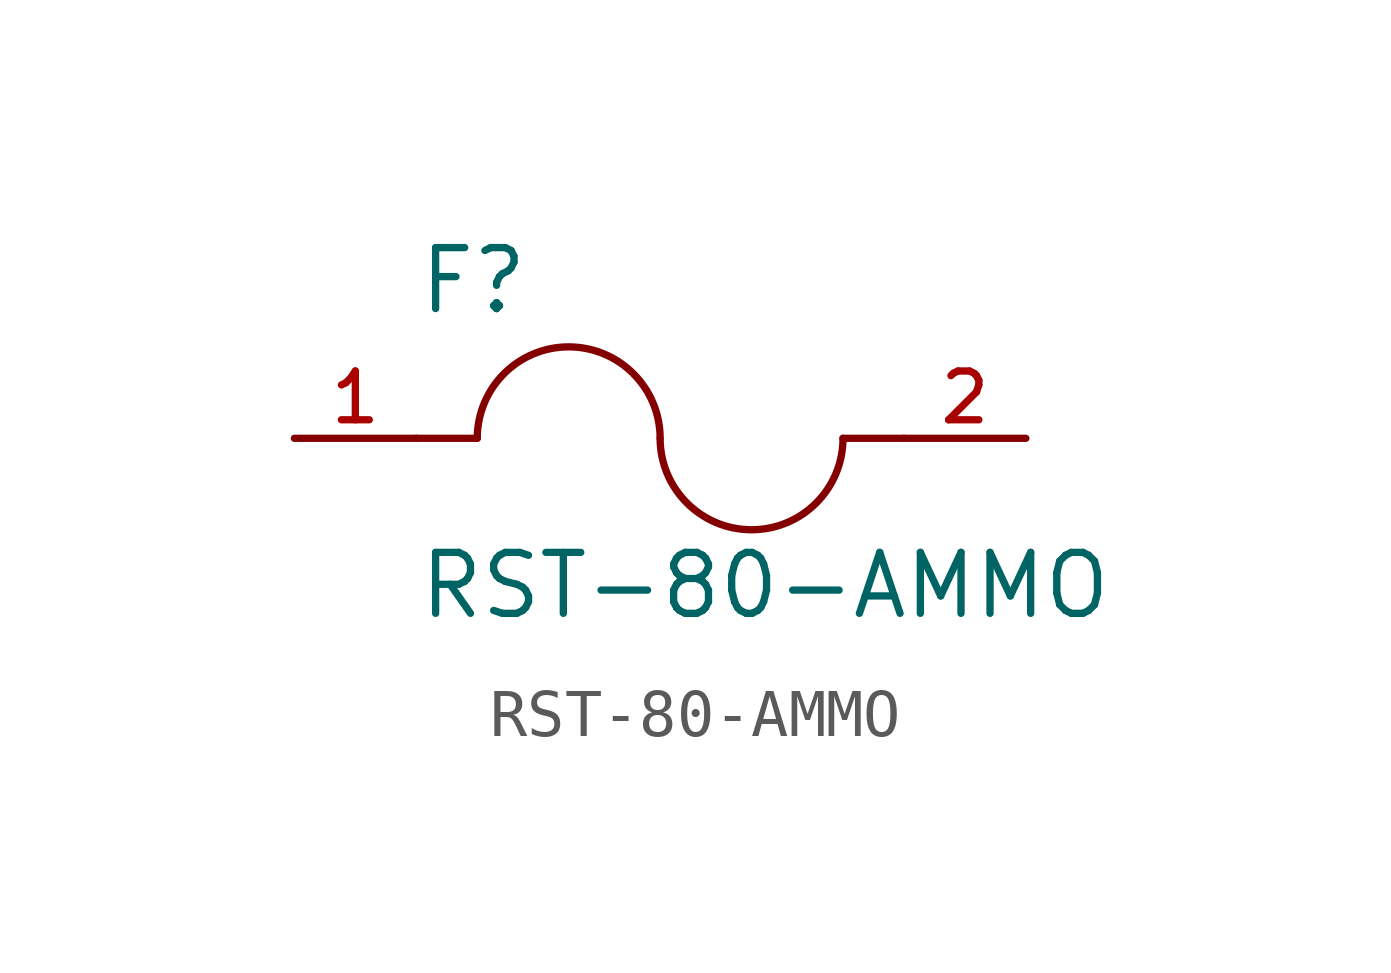
<source format=kicad_sym>
(kicad_symbol_lib
  (version 20241209)
  (generator "kicad_symbol_editor")
  (generator_version "9.0")
  (symbol "RST-80-AMMO"
    (pin_names
      (offset 1.016)
      (hide yes))
    (property "Reference" "F"
      (at -5.08 2.54 0)
      (effects (font (size 1.27 1.27)) (justify left bottom)))
    (property "Value" "RST-80-AMMO"
      (at -5.08 -3.81 0)
      (effects (font (size 1.27 1.27)) (justify left bottom)))
    (property "ki_locked" ""
      (at 0 0 0)
      (effects (font (size 1.27 1.27))))
    (symbol "RST-80-AMMO_0_0"
      (polyline (pts (xy -5.08 0) (xy -3.81 0)) (stroke (width 0.152) (type solid)) (fill (type none)))
      (arc (start -3.81 0) (mid -1.905 1.905) (end 0 0) (stroke (width 0.1524) (type solid)) (fill (type none)))
      (arc (start 3.81 0) (mid 1.905 -1.905) (end 0 0) (stroke (width 0.1524) (type solid)) (fill (type none)))
      (polyline (pts (xy 5.08 0) (xy 3.81 0)) (stroke (width 0.152) (type solid)) (fill (type none)))
      (pin passive line (at -7.62 0 0) (length 2.54) (name "~" (effects (font (size 1.016 1.016)))) (number "1" (effects (font (size 1.016 1.016)))))
      (pin passive line (at 7.62 0 180) (length 2.54) (name "~" (effects (font (size 1.016 1.016)))) (number "2" (effects (font (size 1.016 1.016))))))))
</source>
